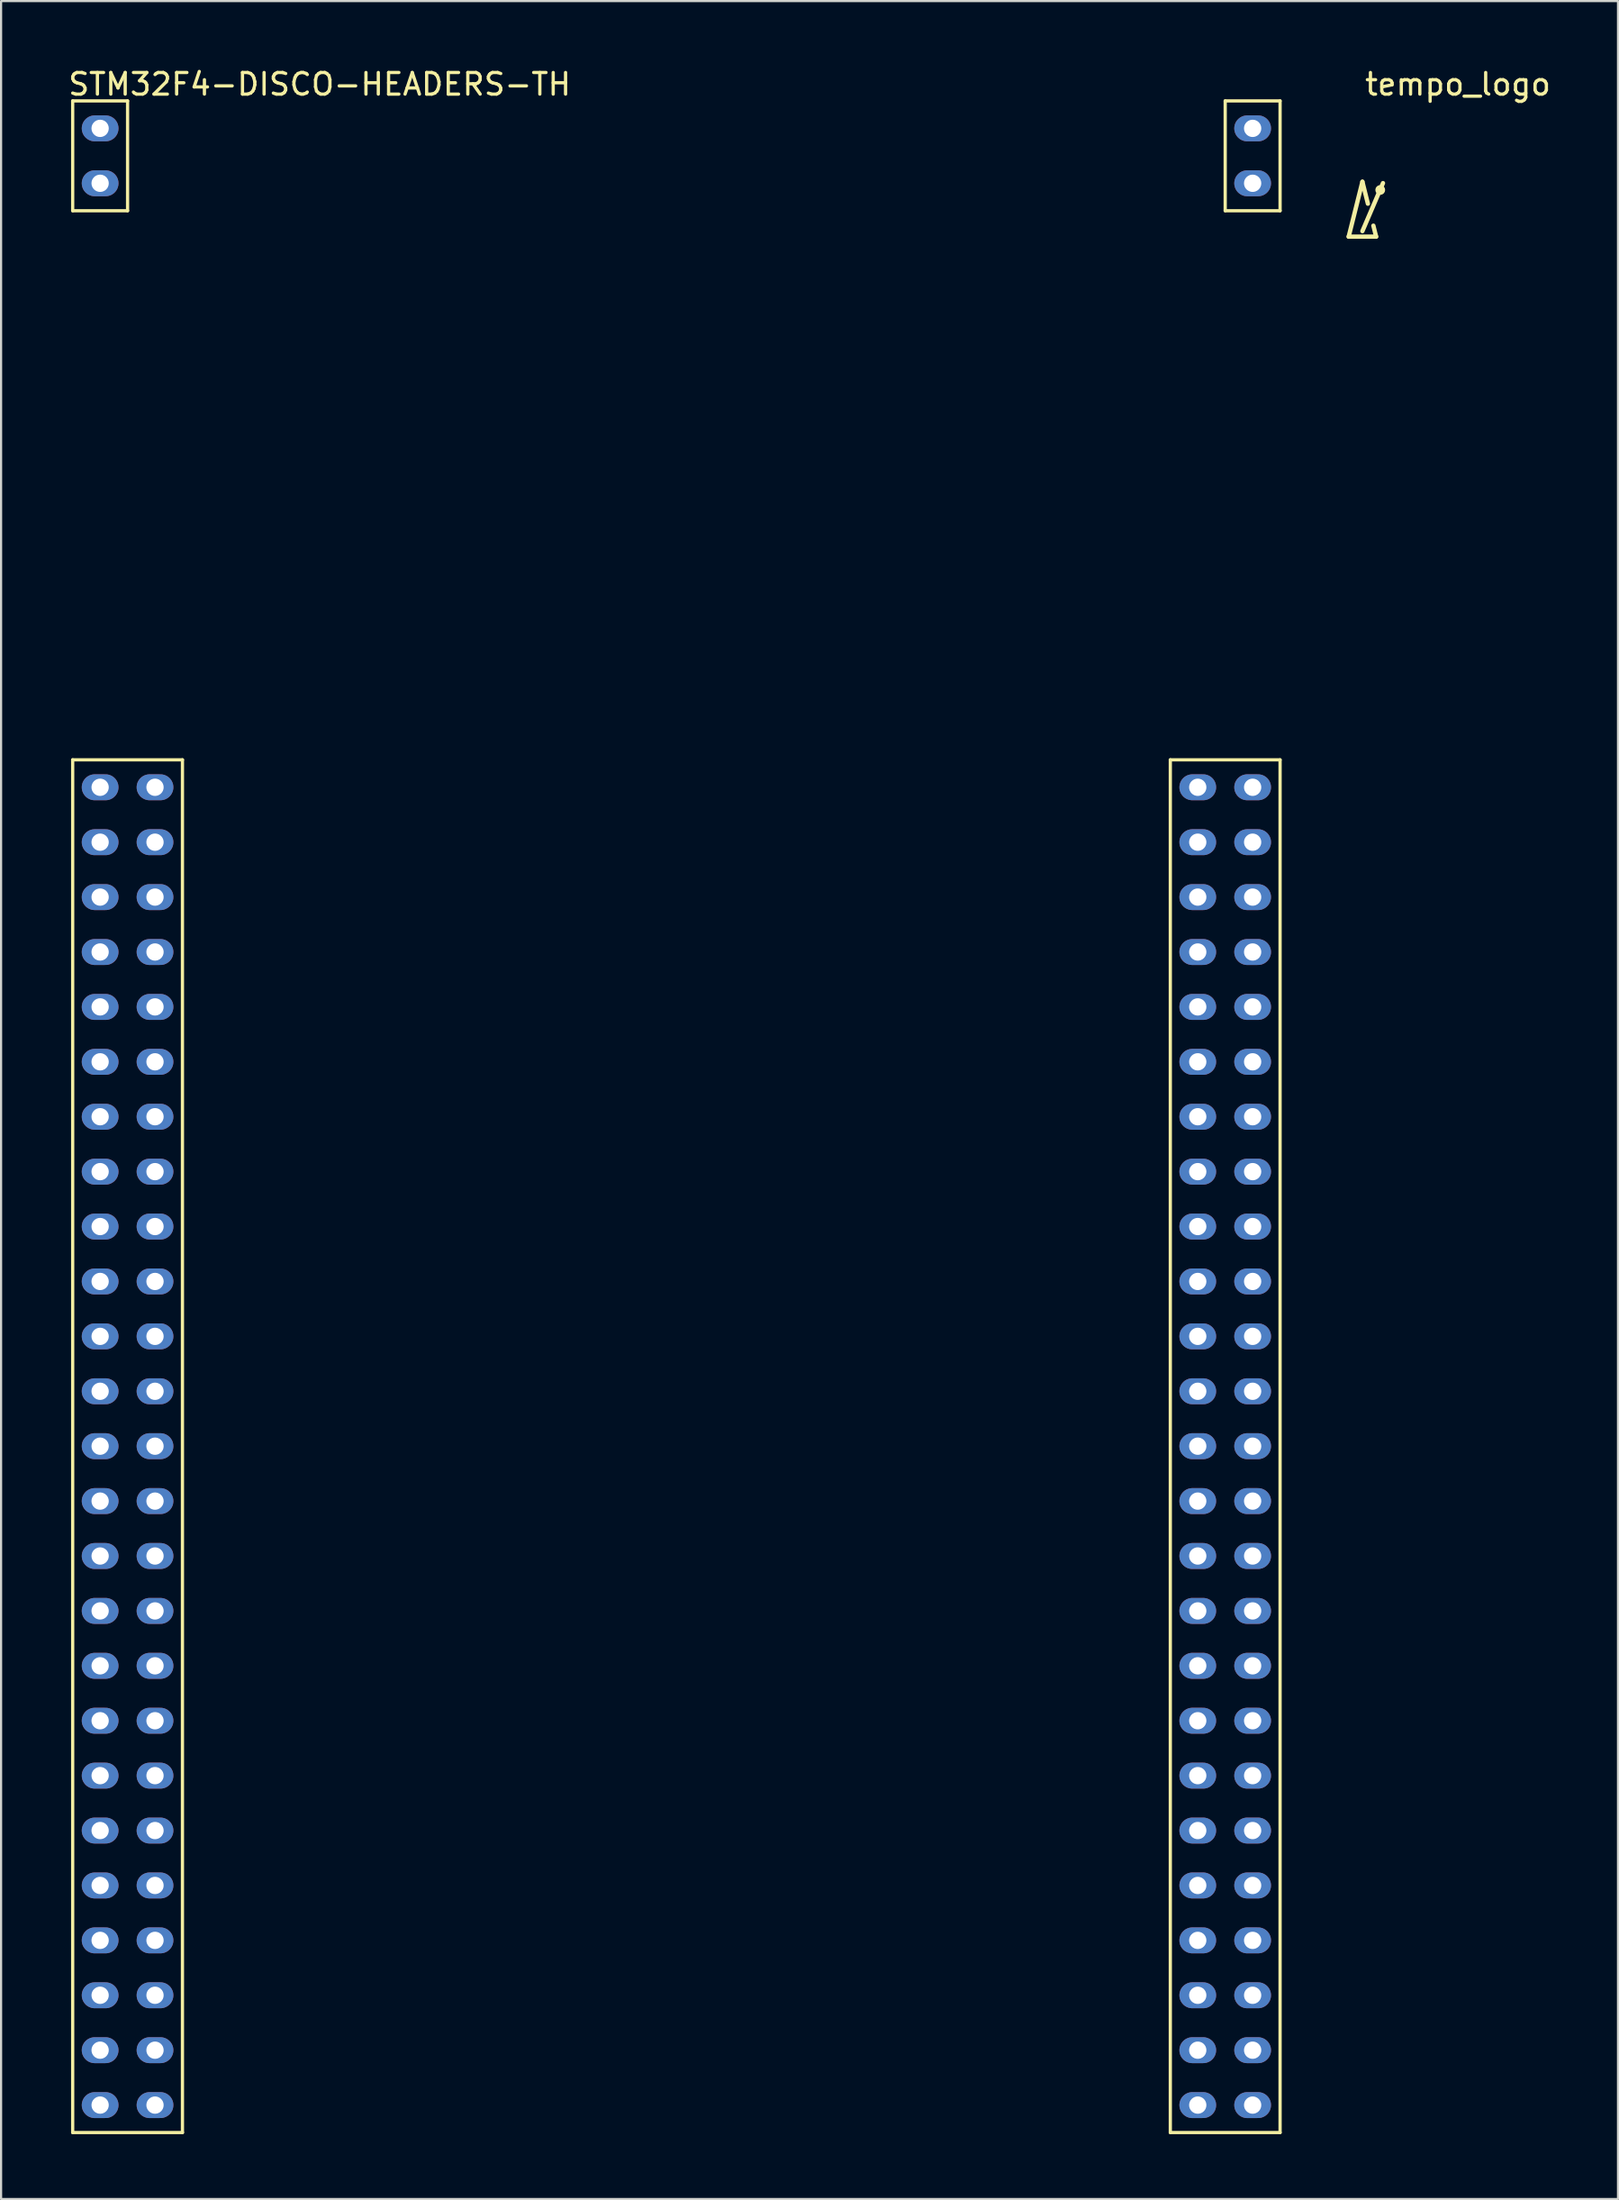
<source format=kicad_pcb>
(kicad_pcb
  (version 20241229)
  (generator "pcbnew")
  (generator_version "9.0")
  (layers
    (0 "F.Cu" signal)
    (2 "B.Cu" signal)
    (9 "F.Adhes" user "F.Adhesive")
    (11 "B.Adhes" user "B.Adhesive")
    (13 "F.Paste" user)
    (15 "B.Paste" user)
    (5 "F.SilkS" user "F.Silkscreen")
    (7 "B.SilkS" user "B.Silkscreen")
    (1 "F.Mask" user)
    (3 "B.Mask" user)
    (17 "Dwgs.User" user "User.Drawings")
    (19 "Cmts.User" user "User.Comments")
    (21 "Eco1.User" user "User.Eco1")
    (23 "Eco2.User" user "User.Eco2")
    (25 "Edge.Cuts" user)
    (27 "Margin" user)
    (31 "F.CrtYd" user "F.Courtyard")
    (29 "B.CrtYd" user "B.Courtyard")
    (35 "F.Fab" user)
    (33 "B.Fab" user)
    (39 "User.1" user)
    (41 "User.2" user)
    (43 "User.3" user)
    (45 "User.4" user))
  (footprint "STM32F4-DISCO-HEADERS-TH"
    (layer "F.Cu")
    (at 11.744 0.348)
    (property "Reference" "STM32F4-DISCO-HEADERS-TH" (at 0 0.5 0) (layer "F.SilkS") (effects (font (size 1 1) (thickness 0.15))))
    (attr through_hole)
    (fp_line (start -11.43 1.27) (end -8.89 1.27) (stroke (width 0.15) (type solid)) (layer "F.SilkS"))
    (fp_line (start -11.43 6.35) (end -11.43 1.27) (stroke (width 0.15) (type solid)) (layer "F.SilkS"))
    (fp_line (start -11.43 31.75) (end -11.43 95.25) (stroke (width 0.15) (type solid)) (layer "F.SilkS"))
    (fp_line (start -11.43 95.25) (end -6.35 95.25) (stroke (width 0.15) (type solid)) (layer "F.SilkS"))
    (fp_line (start -8.89 1.27) (end -8.89 6.35) (stroke (width 0.15) (type solid)) (layer "F.SilkS"))
    (fp_line (start -8.89 6.35) (end -11.43 6.35) (stroke (width 0.15) (type solid)) (layer "F.SilkS"))
    (fp_line (start -6.35 31.75) (end -11.43 31.75) (stroke (width 0.15) (type solid)) (layer "F.SilkS"))
    (fp_line (start -6.35 95.25) (end -6.35 31.75) (stroke (width 0.15) (type solid)) (layer "F.SilkS"))
    (fp_line (start 39.37 31.75) (end 39.37 95.25) (stroke (width 0.15) (type solid)) (layer "F.SilkS"))
    (fp_line (start 39.37 95.25) (end 44.45 95.25) (stroke (width 0.15) (type solid)) (layer "F.SilkS"))
    (fp_line (start 41.91 1.27) (end 44.45 1.27) (stroke (width 0.15) (type solid)) (layer "F.SilkS"))
    (fp_line (start 41.91 6.35) (end 41.91 1.27) (stroke (width 0.15) (type solid)) (layer "F.SilkS"))
    (fp_line (start 44.45 1.27) (end 44.45 6.35) (stroke (width 0.15) (type solid)) (layer "F.SilkS"))
    (fp_line (start 44.45 6.35) (end 41.91 6.35) (stroke (width 0.15) (type solid)) (layer "F.SilkS"))
    (fp_line (start 44.45 31.75) (end 39.37 31.75) (stroke (width 0.15) (type solid)) (layer "F.SilkS"))
    (fp_line (start 44.45 95.25) (end 44.45 31.75) (stroke (width 0.15) (type solid)) (layer "F.SilkS"))
    (pad "1" thru_hole oval (at -10.16 2.54 90) (size 1.2 1.7) (drill 0.8) (layers "*.Cu" "*.Mask"))
    (pad "2" thru_hole oval (at -10.16 5.08 90) (size 1.2 1.7) (drill 0.8) (layers "*.Cu" "*.Mask"))
    (pad "3" thru_hole oval (at -10.16 33.02 90) (size 1.2 1.7) (drill 0.8) (layers "*.Cu" "*.Mask"))
    (pad "4" thru_hole oval (at -10.16 35.56 90) (size 1.2 1.7) (drill 0.8) (layers "*.Cu" "*.Mask"))
    (pad "5" thru_hole oval (at -10.16 38.1 90) (size 1.2 1.7) (drill 0.8) (layers "*.Cu" "*.Mask"))
    (pad "6" thru_hole oval (at -10.16 40.64 90) (size 1.2 1.7) (drill 0.8) (layers "*.Cu" "*.Mask"))
    (pad "7" thru_hole oval (at -10.16 43.18 90) (size 1.2 1.7) (drill 0.8) (layers "*.Cu" "*.Mask"))
    (pad "8" thru_hole oval (at -10.16 45.72 90) (size 1.2 1.7) (drill 0.8) (layers "*.Cu" "*.Mask"))
    (pad "9" thru_hole oval (at -10.16 48.26 90) (size 1.2 1.7) (drill 0.8) (layers "*.Cu" "*.Mask"))
    (pad "10" thru_hole oval (at -10.16 50.8 90) (size 1.2 1.7) (drill 0.8) (layers "*.Cu" "*.Mask"))
    (pad "11" thru_hole oval (at -10.16 53.34 90) (size 1.2 1.7) (drill 0.8) (layers "*.Cu" "*.Mask"))
    (pad "12" thru_hole oval (at -10.16 55.88 90) (size 1.2 1.7) (drill 0.8) (layers "*.Cu" "*.Mask"))
    (pad "13" thru_hole oval (at -10.16 58.42 90) (size 1.2 1.7) (drill 0.8) (layers "*.Cu" "*.Mask"))
    (pad "14" thru_hole oval (at -10.16 60.96 90) (size 1.2 1.7) (drill 0.8) (layers "*.Cu" "*.Mask"))
    (pad "15" thru_hole oval (at -10.16 63.5 90) (size 1.2 1.7) (drill 0.8) (layers "*.Cu" "*.Mask"))
    (pad "16" thru_hole oval (at -10.16 66.04 90) (size 1.2 1.7) (drill 0.8) (layers "*.Cu" "*.Mask"))
    (pad "17" thru_hole oval (at -10.16 68.58 90) (size 1.2 1.7) (drill 0.8) (layers "*.Cu" "*.Mask"))
    (pad "18" thru_hole oval (at -10.16 71.12 90) (size 1.2 1.7) (drill 0.8) (layers "*.Cu" "*.Mask"))
    (pad "19" thru_hole oval (at -10.16 73.66 90) (size 1.2 1.7) (drill 0.8) (layers "*.Cu" "*.Mask"))
    (pad "20" thru_hole oval (at -10.16 76.2 90) (size 1.2 1.7) (drill 0.8) (layers "*.Cu" "*.Mask"))
    (pad "21" thru_hole oval (at -10.16 78.74 90) (size 1.2 1.7) (drill 0.8) (layers "*.Cu" "*.Mask"))
    (pad "22" thru_hole oval (at -10.16 81.28 90) (size 1.2 1.7) (drill 0.8) (layers "*.Cu" "*.Mask"))
    (pad "23" thru_hole oval (at -10.16 83.82 90) (size 1.2 1.7) (drill 0.8) (layers "*.Cu" "*.Mask"))
    (pad "24" thru_hole oval (at -10.16 86.36 90) (size 1.2 1.7) (drill 0.8) (layers "*.Cu" "*.Mask"))
    (pad "25" thru_hole oval (at -10.16 88.9 90) (size 1.2 1.7) (drill 0.8) (layers "*.Cu" "*.Mask"))
    (pad "26" thru_hole oval (at -10.16 91.44 90) (size 1.2 1.7) (drill 0.8) (layers "*.Cu" "*.Mask"))
    (pad "27" thru_hole oval (at -10.16 93.98 90) (size 1.2 1.7) (drill 0.8) (layers "*.Cu" "*.Mask"))
    (pad "28" thru_hole oval (at -7.62 33.02 90) (size 1.2 1.7) (drill 0.8) (layers "*.Cu" "*.Mask"))
    (pad "29" thru_hole oval (at -7.62 35.56 90) (size 1.2 1.7) (drill 0.8) (layers "*.Cu" "*.Mask"))
    (pad "30" thru_hole oval (at -7.62 38.1 90) (size 1.2 1.7) (drill 0.8) (layers "*.Cu" "*.Mask"))
    (pad "31" thru_hole oval (at -7.62 40.64 90) (size 1.2 1.7) (drill 0.8) (layers "*.Cu" "*.Mask"))
    (pad "32" thru_hole oval (at -7.62 43.18 90) (size 1.2 1.7) (drill 0.8) (layers "*.Cu" "*.Mask"))
    (pad "33" thru_hole oval (at -7.62 45.72 90) (size 1.2 1.7) (drill 0.8) (layers "*.Cu" "*.Mask"))
    (pad "34" thru_hole oval (at -7.62 48.26 90) (size 1.2 1.7) (drill 0.8) (layers "*.Cu" "*.Mask"))
    (pad "35" thru_hole oval (at -7.62 50.8 90) (size 1.2 1.7) (drill 0.8) (layers "*.Cu" "*.Mask"))
    (pad "36" thru_hole oval (at -7.62 53.34 90) (size 1.2 1.7) (drill 0.8) (layers "*.Cu" "*.Mask"))
    (pad "37" thru_hole oval (at -7.62 55.88 90) (size 1.2 1.7) (drill 0.8) (layers "*.Cu" "*.Mask"))
    (pad "38" thru_hole oval (at -7.62 58.42 90) (size 1.2 1.7) (drill 0.8) (layers "*.Cu" "*.Mask"))
    (pad "39" thru_hole oval (at -7.62 60.96 90) (size 1.2 1.7) (drill 0.8) (layers "*.Cu" "*.Mask"))
    (pad "40" thru_hole oval (at -7.62 63.5 90) (size 1.2 1.7) (drill 0.8) (layers "*.Cu" "*.Mask"))
    (pad "41" thru_hole oval (at -7.62 66.04 90) (size 1.2 1.7) (drill 0.8) (layers "*.Cu" "*.Mask"))
    (pad "42" thru_hole oval (at -7.62 68.58 90) (size 1.2 1.7) (drill 0.8) (layers "*.Cu" "*.Mask"))
    (pad "43" thru_hole oval (at -7.62 71.12 90) (size 1.2 1.7) (drill 0.8) (layers "*.Cu" "*.Mask"))
    (pad "44" thru_hole oval (at -7.62 73.66 90) (size 1.2 1.7) (drill 0.8) (layers "*.Cu" "*.Mask"))
    (pad "45" thru_hole oval (at -7.62 76.2 90) (size 1.2 1.7) (drill 0.8) (layers "*.Cu" "*.Mask"))
    (pad "46" thru_hole oval (at -7.62 78.74 90) (size 1.2 1.7) (drill 0.8) (layers "*.Cu" "*.Mask"))
    (pad "47" thru_hole oval (at -7.62 81.28 90) (size 1.2 1.7) (drill 0.8) (layers "*.Cu" "*.Mask"))
    (pad "48" thru_hole oval (at -7.62 83.82 90) (size 1.2 1.7) (drill 0.8) (layers "*.Cu" "*.Mask"))
    (pad "49" thru_hole oval (at -7.62 86.36 90) (size 1.2 1.7) (drill 0.8) (layers "*.Cu" "*.Mask"))
    (pad "50" thru_hole oval (at -7.62 88.9 90) (size 1.2 1.7) (drill 0.8) (layers "*.Cu" "*.Mask"))
    (pad "51" thru_hole oval (at -7.62 91.44 90) (size 1.2 1.7) (drill 0.8) (layers "*.Cu" "*.Mask"))
    (pad "52" thru_hole oval (at -7.62 93.98 90) (size 1.2 1.7) (drill 0.8) (layers "*.Cu" "*.Mask"))
    (pad "53" thru_hole oval (at 43.18 2.54 90) (size 1.2 1.7) (drill 0.8) (layers "*.Cu" "*.Mask"))
    (pad "54" thru_hole oval (at 43.18 5.08 90) (size 1.2 1.7) (drill 0.8) (layers "*.Cu" "*.Mask"))
    (pad "55" thru_hole oval (at 40.64 33.02 90) (size 1.2 1.7) (drill 0.8) (layers "*.Cu" "*.Mask"))
    (pad "56" thru_hole oval (at 40.64 35.56 90) (size 1.2 1.7) (drill 0.8) (layers "*.Cu" "*.Mask"))
    (pad "57" thru_hole oval (at 40.64 38.1 90) (size 1.2 1.7) (drill 0.8) (layers "*.Cu" "*.Mask"))
    (pad "58" thru_hole oval (at 40.64 40.64 90) (size 1.2 1.7) (drill 0.8) (layers "*.Cu" "*.Mask"))
    (pad "59" thru_hole oval (at 40.64 43.18 90) (size 1.2 1.7) (drill 0.8) (layers "*.Cu" "*.Mask"))
    (pad "60" thru_hole oval (at 40.64 45.72 90) (size 1.2 1.7) (drill 0.8) (layers "*.Cu" "*.Mask"))
    (pad "61" thru_hole oval (at 40.64 48.26 90) (size 1.2 1.7) (drill 0.8) (layers "*.Cu" "*.Mask"))
    (pad "62" thru_hole oval (at 40.64 50.8 90) (size 1.2 1.7) (drill 0.8) (layers "*.Cu" "*.Mask"))
    (pad "63" thru_hole oval (at 40.64 53.34 90) (size 1.2 1.7) (drill 0.8) (layers "*.Cu" "*.Mask"))
    (pad "64" thru_hole oval (at 40.64 55.88 90) (size 1.2 1.7) (drill 0.8) (layers "*.Cu" "*.Mask"))
    (pad "65" thru_hole oval (at 40.64 58.42 90) (size 1.2 1.7) (drill 0.8) (layers "*.Cu" "*.Mask"))
    (pad "66" thru_hole oval (at 40.64 60.96 90) (size 1.2 1.7) (drill 0.8) (layers "*.Cu" "*.Mask"))
    (pad "67" thru_hole oval (at 40.64 63.5 90) (size 1.2 1.7) (drill 0.8) (layers "*.Cu" "*.Mask"))
    (pad "68" thru_hole oval (at 40.64 66.04 90) (size 1.2 1.7) (drill 0.8) (layers "*.Cu" "*.Mask"))
    (pad "69" thru_hole oval (at 40.64 68.58 90) (size 1.2 1.7) (drill 0.8) (layers "*.Cu" "*.Mask"))
    (pad "70" thru_hole oval (at 40.64 71.12 90) (size 1.2 1.7) (drill 0.8) (layers "*.Cu" "*.Mask"))
    (pad "71" thru_hole oval (at 40.64 73.66 90) (size 1.2 1.7) (drill 0.8) (layers "*.Cu" "*.Mask"))
    (pad "72" thru_hole oval (at 40.64 76.2 90) (size 1.2 1.7) (drill 0.8) (layers "*.Cu" "*.Mask"))
    (pad "73" thru_hole oval (at 40.64 78.74 90) (size 1.2 1.7) (drill 0.8) (layers "*.Cu" "*.Mask"))
    (pad "74" thru_hole oval (at 40.64 81.28 90) (size 1.2 1.7) (drill 0.8) (layers "*.Cu" "*.Mask"))
    (pad "75" thru_hole oval (at 40.64 83.82 90) (size 1.2 1.7) (drill 0.8) (layers "*.Cu" "*.Mask"))
    (pad "76" thru_hole oval (at 40.64 86.36 90) (size 1.2 1.7) (drill 0.8) (layers "*.Cu" "*.Mask"))
    (pad "77" thru_hole oval (at 40.64 88.9 90) (size 1.2 1.7) (drill 0.8) (layers "*.Cu" "*.Mask"))
    (pad "78" thru_hole oval (at 40.64 91.44 90) (size 1.2 1.7) (drill 0.8) (layers "*.Cu" "*.Mask"))
    (pad "79" thru_hole oval (at 40.64 93.98 90) (size 1.2 1.7) (drill 0.8) (layers "*.Cu" "*.Mask"))
    (pad "80" thru_hole oval (at 43.18 33.02 90) (size 1.2 1.7) (drill 0.8) (layers "*.Cu" "*.Mask"))
    (pad "81" thru_hole oval (at 43.18 35.56 90) (size 1.2 1.7) (drill 0.8) (layers "*.Cu" "*.Mask"))
    (pad "82" thru_hole oval (at 43.18 38.1 90) (size 1.2 1.7) (drill 0.8) (layers "*.Cu" "*.Mask"))
    (pad "83" thru_hole oval (at 43.18 40.64 90) (size 1.2 1.7) (drill 0.8) (layers "*.Cu" "*.Mask"))
    (pad "84" thru_hole oval (at 43.18 43.18 90) (size 1.2 1.7) (drill 0.8) (layers "*.Cu" "*.Mask"))
    (pad "85" thru_hole oval (at 43.18 45.72 90) (size 1.2 1.7) (drill 0.8) (layers "*.Cu" "*.Mask"))
    (pad "86" thru_hole oval (at 43.18 48.26 90) (size 1.2 1.7) (drill 0.8) (layers "*.Cu" "*.Mask"))
    (pad "87" thru_hole oval (at 43.18 50.8 90) (size 1.2 1.7) (drill 0.8) (layers "*.Cu" "*.Mask"))
    (pad "88" thru_hole oval (at 43.18 53.34 90) (size 1.2 1.7) (drill 0.8) (layers "*.Cu" "*.Mask"))
    (pad "89" thru_hole oval (at 43.18 55.88 90) (size 1.2 1.7) (drill 0.8) (layers "*.Cu" "*.Mask"))
    (pad "90" thru_hole oval (at 43.18 58.42 90) (size 1.2 1.7) (drill 0.8) (layers "*.Cu" "*.Mask"))
    (pad "91" thru_hole oval (at 43.18 60.96 90) (size 1.2 1.7) (drill 0.8) (layers "*.Cu" "*.Mask"))
    (pad "92" thru_hole oval (at 43.18 63.5 90) (size 1.2 1.7) (drill 0.8) (layers "*.Cu" "*.Mask"))
    (pad "93" thru_hole oval (at 43.18 66.04 90) (size 1.2 1.7) (drill 0.8) (layers "*.Cu" "*.Mask"))
    (pad "94" thru_hole oval (at 43.18 68.58 90) (size 1.2 1.7) (drill 0.8) (layers "*.Cu" "*.Mask"))
    (pad "95" thru_hole oval (at 43.18 71.12 90) (size 1.2 1.7) (drill 0.8) (layers "*.Cu" "*.Mask"))
    (pad "96" thru_hole oval (at 43.18 73.66 90) (size 1.2 1.7) (drill 0.8) (layers "*.Cu" "*.Mask"))
    (pad "97" thru_hole oval (at 43.18 76.2 90) (size 1.2 1.7) (drill 0.8) (layers "*.Cu" "*.Mask"))
    (pad "98" thru_hole oval (at 43.18 78.74 90) (size 1.2 1.7) (drill 0.8) (layers "*.Cu" "*.Mask"))
    (pad "99" thru_hole oval (at 43.18 81.28 90) (size 1.2 1.7) (drill 0.8) (layers "*.Cu" "*.Mask"))
    (pad "100" thru_hole oval (at 43.18 83.82 90) (size 1.2 1.7) (drill 0.8) (layers "*.Cu" "*.Mask"))
    (pad "101" thru_hole oval (at 43.18 86.36 90) (size 1.2 1.7) (drill 0.8) (layers "*.Cu" "*.Mask"))
    (pad "102" thru_hole oval (at 43.18 88.9 90) (size 1.2 1.7) (drill 0.8) (layers "*.Cu" "*.Mask"))
    (pad "103" thru_hole oval (at 43.18 91.44 90) (size 1.2 1.7) (drill 0.8) (layers "*.Cu" "*.Mask"))
    (pad "104" thru_hole oval (at 43.18 93.98 90) (size 1.2 1.7) (drill 0.8) (layers "*.Cu" "*.Mask")))
  (footprint "tempo_logo"
    (layer "F.Cu")
    (at 60.004 4.404)
    (property "Reference" "tempo_logo" (at 4.42 -3.556 0) (layer "F.SilkS") (effects (font (size 1 1) (thickness 0.15))))
    (attr through_hole)
    (fp_line (start -0.635 3.493) (end 0 0.953) (stroke (width 0.2) (type solid)) (layer "F.SilkS"))
    (fp_line (start 0 0.953) (end 0.254 1.968) (stroke (width 0.2) (type solid)) (layer "F.SilkS"))
    (fp_line (start 0 3.239) (end 0.953 1.016) (stroke (width 0.2) (type solid)) (layer "F.SilkS"))
    (fp_line (start 0.635 3.493) (end -0.635 3.493) (stroke (width 0.2) (type solid)) (layer "F.SilkS"))
    (fp_line (start 0.635 3.493) (end 0.508 2.985) (stroke (width 0.2) (type solid)) (layer "F.SilkS"))
    (fp_circle (center 0.826 1.333) (end 0.826 1.46) (stroke (width 0.2) (type solid)) (fill no) (layer "F.SilkS")))
  (gr_rect
    (start -3 -3)
    (end 71.834 98.673)
    (stroke (width 0.1) (type default))
    (fill no)
    (layer "Edge.Cuts")))
</source>
